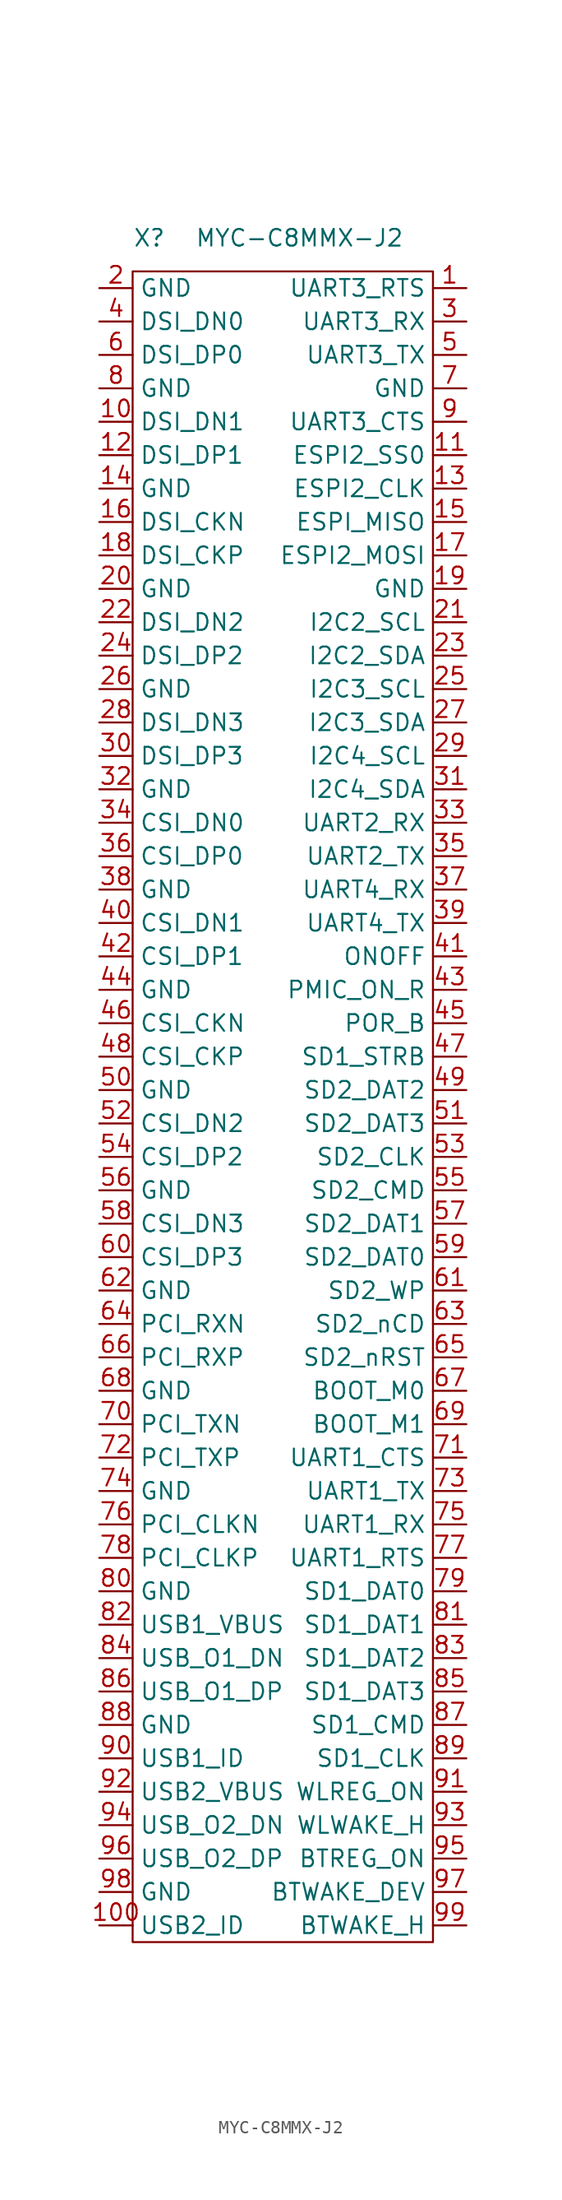
<source format=kicad_sym>
(kicad_symbol_lib
  (version 20211014)
  (generator kicad_symbol_editor)
  (symbol "MYC-C8MMX-J2"
    (property "Reference" "X"
      (at -11.43 2.54 0)
      (effects (font (size 1.27 1.27))))
    (property "Value" "MYC-C8MMX-J2"
      (at 0 2.54 0)
      (effects (font (size 1.27 1.27))))
    (symbol "MYC-C8MMX-J2_1_0"
      (pin unspecified line (at 12.7 -1.27 180) (length 2.54) (name "UART3_RTS" (effects (font (size 1.27 1.27)))) (number "1" (effects (font (size 1.27 1.27)))))
      (pin unspecified line (at -15.24 -11.43 0) (length 2.54) (name "DSI_DN1" (effects (font (size 1.27 1.27)))) (number "10" (effects (font (size 1.27 1.27)))))
      (pin unspecified line (at -15.24 -125.73 0) (length 2.54) (name "USB2_ID" (effects (font (size 1.27 1.27)))) (number "100" (effects (font (size 1.27 1.27)))))
      (pin unspecified line (at 12.7 -13.97 180) (length 2.54) (name "ESPI2_SS0" (effects (font (size 1.27 1.27)))) (number "11" (effects (font (size 1.27 1.27)))))
      (pin unspecified line (at -15.24 -13.97 0) (length 2.54) (name "DSI_DP1" (effects (font (size 1.27 1.27)))) (number "12" (effects (font (size 1.27 1.27)))))
      (pin unspecified line (at 12.7 -16.51 180) (length 2.54) (name "ESPI2_CLK" (effects (font (size 1.27 1.27)))) (number "13" (effects (font (size 1.27 1.27)))))
      (pin unspecified line (at -15.24 -16.51 0) (length 2.54) (name "GND" (effects (font (size 1.27 1.27)))) (number "14" (effects (font (size 1.27 1.27)))))
      (pin unspecified line (at 12.7 -19.05 180) (length 2.54) (name "ESPI_MISO" (effects (font (size 1.27 1.27)))) (number "15" (effects (font (size 1.27 1.27)))))
      (pin unspecified line (at -15.24 -19.05 0) (length 2.54) (name "DSI_CKN" (effects (font (size 1.27 1.27)))) (number "16" (effects (font (size 1.27 1.27)))))
      (pin unspecified line (at 12.7 -21.59 180) (length 2.54) (name "ESPI2_MOSI" (effects (font (size 1.27 1.27)))) (number "17" (effects (font (size 1.27 1.27)))))
      (pin unspecified line (at -15.24 -21.59 0) (length 2.54) (name "DSI_CKP" (effects (font (size 1.27 1.27)))) (number "18" (effects (font (size 1.27 1.27)))))
      (pin unspecified line (at 12.7 -24.13 180) (length 2.54) (name "GND" (effects (font (size 1.27 1.27)))) (number "19" (effects (font (size 1.27 1.27)))))
      (pin unspecified line (at -15.24 -1.27 0) (length 2.54) (name "GND" (effects (font (size 1.27 1.27)))) (number "2" (effects (font (size 1.27 1.27)))))
      (pin unspecified line (at -15.24 -24.13 0) (length 2.54) (name "GND" (effects (font (size 1.27 1.27)))) (number "20" (effects (font (size 1.27 1.27)))))
      (pin unspecified line (at 12.7 -26.67 180) (length 2.54) (name "I2C2_SCL" (effects (font (size 1.27 1.27)))) (number "21" (effects (font (size 1.27 1.27)))))
      (pin unspecified line (at -15.24 -26.67 0) (length 2.54) (name "DSI_DN2" (effects (font (size 1.27 1.27)))) (number "22" (effects (font (size 1.27 1.27)))))
      (pin unspecified line (at 12.7 -29.21 180) (length 2.54) (name "I2C2_SDA" (effects (font (size 1.27 1.27)))) (number "23" (effects (font (size 1.27 1.27)))))
      (pin unspecified line (at -15.24 -29.21 0) (length 2.54) (name "DSI_DP2" (effects (font (size 1.27 1.27)))) (number "24" (effects (font (size 1.27 1.27)))))
      (pin unspecified line (at 12.7 -31.75 180) (length 2.54) (name "I2C3_SCL" (effects (font (size 1.27 1.27)))) (number "25" (effects (font (size 1.27 1.27)))))
      (pin unspecified line (at -15.24 -31.75 0) (length 2.54) (name "GND" (effects (font (size 1.27 1.27)))) (number "26" (effects (font (size 1.27 1.27)))))
      (pin unspecified line (at 12.7 -34.29 180) (length 2.54) (name "I2C3_SDA" (effects (font (size 1.27 1.27)))) (number "27" (effects (font (size 1.27 1.27)))))
      (pin unspecified line (at -15.24 -34.29 0) (length 2.54) (name "DSI_DN3" (effects (font (size 1.27 1.27)))) (number "28" (effects (font (size 1.27 1.27)))))
      (pin unspecified line (at 12.7 -36.83 180) (length 2.54) (name "I2C4_SCL" (effects (font (size 1.27 1.27)))) (number "29" (effects (font (size 1.27 1.27)))))
      (pin unspecified line (at 12.7 -3.81 180) (length 2.54) (name "UART3_RX" (effects (font (size 1.27 1.27)))) (number "3" (effects (font (size 1.27 1.27)))))
      (pin unspecified line (at -15.24 -36.83 0) (length 2.54) (name "DSI_DP3" (effects (font (size 1.27 1.27)))) (number "30" (effects (font (size 1.27 1.27)))))
      (pin unspecified line (at 12.7 -39.37 180) (length 2.54) (name "I2C4_SDA" (effects (font (size 1.27 1.27)))) (number "31" (effects (font (size 1.27 1.27)))))
      (pin unspecified line (at -15.24 -39.37 0) (length 2.54) (name "GND" (effects (font (size 1.27 1.27)))) (number "32" (effects (font (size 1.27 1.27)))))
      (pin unspecified line (at 12.7 -41.91 180) (length 2.54) (name "UART2_RX" (effects (font (size 1.27 1.27)))) (number "33" (effects (font (size 1.27 1.27)))))
      (pin unspecified line (at -15.24 -41.91 0) (length 2.54) (name "CSI_DN0" (effects (font (size 1.27 1.27)))) (number "34" (effects (font (size 1.27 1.27)))))
      (pin unspecified line (at 12.7 -44.45 180) (length 2.54) (name "UART2_TX" (effects (font (size 1.27 1.27)))) (number "35" (effects (font (size 1.27 1.27)))))
      (pin unspecified line (at -15.24 -44.45 0) (length 2.54) (name "CSI_DP0" (effects (font (size 1.27 1.27)))) (number "36" (effects (font (size 1.27 1.27)))))
      (pin unspecified line (at 12.7 -46.99 180) (length 2.54) (name "UART4_RX" (effects (font (size 1.27 1.27)))) (number "37" (effects (font (size 1.27 1.27)))))
      (pin unspecified line (at -15.24 -46.99 0) (length 2.54) (name "GND" (effects (font (size 1.27 1.27)))) (number "38" (effects (font (size 1.27 1.27)))))
      (pin unspecified line (at 12.7 -49.53 180) (length 2.54) (name "UART4_TX" (effects (font (size 1.27 1.27)))) (number "39" (effects (font (size 1.27 1.27)))))
      (pin unspecified line (at -15.24 -3.81 0) (length 2.54) (name "DSI_DN0" (effects (font (size 1.27 1.27)))) (number "4" (effects (font (size 1.27 1.27)))))
      (pin unspecified line (at -15.24 -49.53 0) (length 2.54) (name "CSI_DN1" (effects (font (size 1.27 1.27)))) (number "40" (effects (font (size 1.27 1.27)))))
      (pin unspecified line (at 12.7 -52.07 180) (length 2.54) (name "ONOFF" (effects (font (size 1.27 1.27)))) (number "41" (effects (font (size 1.27 1.27)))))
      (pin unspecified line (at -15.24 -52.07 0) (length 2.54) (name "CSI_DP1" (effects (font (size 1.27 1.27)))) (number "42" (effects (font (size 1.27 1.27)))))
      (pin unspecified line (at 12.7 -54.61 180) (length 2.54) (name "PMIC_ON_R" (effects (font (size 1.27 1.27)))) (number "43" (effects (font (size 1.27 1.27)))))
      (pin unspecified line (at -15.24 -54.61 0) (length 2.54) (name "GND" (effects (font (size 1.27 1.27)))) (number "44" (effects (font (size 1.27 1.27)))))
      (pin unspecified line (at 12.7 -57.15 180) (length 2.54) (name "POR_B" (effects (font (size 1.27 1.27)))) (number "45" (effects (font (size 1.27 1.27)))))
      (pin unspecified line (at -15.24 -57.15 0) (length 2.54) (name "CSI_CKN" (effects (font (size 1.27 1.27)))) (number "46" (effects (font (size 1.27 1.27)))))
      (pin unspecified line (at 12.7 -59.69 180) (length 2.54) (name "SD1_STRB" (effects (font (size 1.27 1.27)))) (number "47" (effects (font (size 1.27 1.27)))))
      (pin unspecified line (at -15.24 -59.69 0) (length 2.54) (name "CSI_CKP" (effects (font (size 1.27 1.27)))) (number "48" (effects (font (size 1.27 1.27)))))
      (pin unspecified line (at 12.7 -62.23 180) (length 2.54) (name "SD2_DAT2" (effects (font (size 1.27 1.27)))) (number "49" (effects (font (size 1.27 1.27)))))
      (pin unspecified line (at 12.7 -6.35 180) (length 2.54) (name "UART3_TX" (effects (font (size 1.27 1.27)))) (number "5" (effects (font (size 1.27 1.27)))))
      (pin unspecified line (at -15.24 -62.23 0) (length 2.54) (name "GND" (effects (font (size 1.27 1.27)))) (number "50" (effects (font (size 1.27 1.27)))))
      (pin unspecified line (at 12.7 -64.77 180) (length 2.54) (name "SD2_DAT3" (effects (font (size 1.27 1.27)))) (number "51" (effects (font (size 1.27 1.27)))))
      (pin unspecified line (at -15.24 -64.77 0) (length 2.54) (name "CSI_DN2" (effects (font (size 1.27 1.27)))) (number "52" (effects (font (size 1.27 1.27)))))
      (pin unspecified line (at 12.7 -67.31 180) (length 2.54) (name "SD2_CLK" (effects (font (size 1.27 1.27)))) (number "53" (effects (font (size 1.27 1.27)))))
      (pin unspecified line (at -15.24 -67.31 0) (length 2.54) (name "CSI_DP2" (effects (font (size 1.27 1.27)))) (number "54" (effects (font (size 1.27 1.27)))))
      (pin unspecified line (at 12.7 -69.85 180) (length 2.54) (name "SD2_CMD" (effects (font (size 1.27 1.27)))) (number "55" (effects (font (size 1.27 1.27)))))
      (pin unspecified line (at -15.24 -69.85 0) (length 2.54) (name "GND" (effects (font (size 1.27 1.27)))) (number "56" (effects (font (size 1.27 1.27)))))
      (pin unspecified line (at 12.7 -72.39 180) (length 2.54) (name "SD2_DAT1" (effects (font (size 1.27 1.27)))) (number "57" (effects (font (size 1.27 1.27)))))
      (pin unspecified line (at -15.24 -72.39 0) (length 2.54) (name "CSI_DN3" (effects (font (size 1.27 1.27)))) (number "58" (effects (font (size 1.27 1.27)))))
      (pin unspecified line (at 12.7 -74.93 180) (length 2.54) (name "SD2_DAT0" (effects (font (size 1.27 1.27)))) (number "59" (effects (font (size 1.27 1.27)))))
      (pin unspecified line (at -15.24 -6.35 0) (length 2.54) (name "DSI_DP0" (effects (font (size 1.27 1.27)))) (number "6" (effects (font (size 1.27 1.27)))))
      (pin unspecified line (at -15.24 -74.93 0) (length 2.54) (name "CSI_DP3" (effects (font (size 1.27 1.27)))) (number "60" (effects (font (size 1.27 1.27)))))
      (pin unspecified line (at 12.7 -77.47 180) (length 2.54) (name "SD2_WP" (effects (font (size 1.27 1.27)))) (number "61" (effects (font (size 1.27 1.27)))))
      (pin unspecified line (at -15.24 -77.47 0) (length 2.54) (name "GND" (effects (font (size 1.27 1.27)))) (number "62" (effects (font (size 1.27 1.27)))))
      (pin unspecified line (at 12.7 -80.01 180) (length 2.54) (name "SD2_nCD" (effects (font (size 1.27 1.27)))) (number "63" (effects (font (size 1.27 1.27)))))
      (pin unspecified line (at -15.24 -80.01 0) (length 2.54) (name "PCI_RXN" (effects (font (size 1.27 1.27)))) (number "64" (effects (font (size 1.27 1.27)))))
      (pin unspecified line (at 12.7 -82.55 180) (length 2.54) (name "SD2_nRST" (effects (font (size 1.27 1.27)))) (number "65" (effects (font (size 1.27 1.27)))))
      (pin unspecified line (at -15.24 -82.55 0) (length 2.54) (name "PCI_RXP" (effects (font (size 1.27 1.27)))) (number "66" (effects (font (size 1.27 1.27)))))
      (pin unspecified line (at 12.7 -85.09 180) (length 2.54) (name "BOOT_M0" (effects (font (size 1.27 1.27)))) (number "67" (effects (font (size 1.27 1.27)))))
      (pin unspecified line (at -15.24 -85.09 0) (length 2.54) (name "GND" (effects (font (size 1.27 1.27)))) (number "68" (effects (font (size 1.27 1.27)))))
      (pin unspecified line (at 12.7 -87.63 180) (length 2.54) (name "BOOT_M1" (effects (font (size 1.27 1.27)))) (number "69" (effects (font (size 1.27 1.27)))))
      (pin unspecified line (at 12.7 -8.89 180) (length 2.54) (name "GND" (effects (font (size 1.27 1.27)))) (number "7" (effects (font (size 1.27 1.27)))))
      (pin unspecified line (at -15.24 -87.63 0) (length 2.54) (name "PCI_TXN" (effects (font (size 1.27 1.27)))) (number "70" (effects (font (size 1.27 1.27)))))
      (pin unspecified line (at 12.7 -90.17 180) (length 2.54) (name "UART1_CTS" (effects (font (size 1.27 1.27)))) (number "71" (effects (font (size 1.27 1.27)))))
      (pin unspecified line (at -15.24 -90.17 0) (length 2.54) (name "PCI_TXP" (effects (font (size 1.27 1.27)))) (number "72" (effects (font (size 1.27 1.27)))))
      (pin unspecified line (at 12.7 -92.71 180) (length 2.54) (name "UART1_TX" (effects (font (size 1.27 1.27)))) (number "73" (effects (font (size 1.27 1.27)))))
      (pin unspecified line (at -15.24 -92.71 0) (length 2.54) (name "GND" (effects (font (size 1.27 1.27)))) (number "74" (effects (font (size 1.27 1.27)))))
      (pin unspecified line (at 12.7 -95.25 180) (length 2.54) (name "UART1_RX" (effects (font (size 1.27 1.27)))) (number "75" (effects (font (size 1.27 1.27)))))
      (pin unspecified line (at -15.24 -95.25 0) (length 2.54) (name "PCI_CLKN" (effects (font (size 1.27 1.27)))) (number "76" (effects (font (size 1.27 1.27)))))
      (pin unspecified line (at 12.7 -97.79 180) (length 2.54) (name "UART1_RTS" (effects (font (size 1.27 1.27)))) (number "77" (effects (font (size 1.27 1.27)))))
      (pin unspecified line (at -15.24 -97.79 0) (length 2.54) (name "PCI_CLKP" (effects (font (size 1.27 1.27)))) (number "78" (effects (font (size 1.27 1.27)))))
      (pin unspecified line (at 12.7 -100.33 180) (length 2.54) (name "SD1_DAT0" (effects (font (size 1.27 1.27)))) (number "79" (effects (font (size 1.27 1.27)))))
      (pin unspecified line (at -15.24 -8.89 0) (length 2.54) (name "GND" (effects (font (size 1.27 1.27)))) (number "8" (effects (font (size 1.27 1.27)))))
      (pin unspecified line (at -15.24 -100.33 0) (length 2.54) (name "GND" (effects (font (size 1.27 1.27)))) (number "80" (effects (font (size 1.27 1.27)))))
      (pin unspecified line (at 12.7 -102.87 180) (length 2.54) (name "SD1_DAT1" (effects (font (size 1.27 1.27)))) (number "81" (effects (font (size 1.27 1.27)))))
      (pin unspecified line (at -15.24 -102.87 0) (length 2.54) (name "USB1_VBUS" (effects (font (size 1.27 1.27)))) (number "82" (effects (font (size 1.27 1.27)))))
      (pin unspecified line (at 12.7 -105.41 180) (length 2.54) (name "SD1_DAT2" (effects (font (size 1.27 1.27)))) (number "83" (effects (font (size 1.27 1.27)))))
      (pin unspecified line (at -15.24 -105.41 0) (length 2.54) (name "USB_O1_DN" (effects (font (size 1.27 1.27)))) (number "84" (effects (font (size 1.27 1.27)))))
      (pin unspecified line (at 12.7 -107.95 180) (length 2.54) (name "SD1_DAT3" (effects (font (size 1.27 1.27)))) (number "85" (effects (font (size 1.27 1.27)))))
      (pin unspecified line (at -15.24 -107.95 0) (length 2.54) (name "USB_O1_DP" (effects (font (size 1.27 1.27)))) (number "86" (effects (font (size 1.27 1.27)))))
      (pin unspecified line (at 12.7 -110.49 180) (length 2.54) (name "SD1_CMD" (effects (font (size 1.27 1.27)))) (number "87" (effects (font (size 1.27 1.27)))))
      (pin unspecified line (at -15.24 -110.49 0) (length 2.54) (name "GND" (effects (font (size 1.27 1.27)))) (number "88" (effects (font (size 1.27 1.27)))))
      (pin unspecified line (at 12.7 -113.03 180) (length 2.54) (name "SD1_CLK" (effects (font (size 1.27 1.27)))) (number "89" (effects (font (size 1.27 1.27)))))
      (pin unspecified line (at 12.7 -11.43 180) (length 2.54) (name "UART3_CTS" (effects (font (size 1.27 1.27)))) (number "9" (effects (font (size 1.27 1.27)))))
      (pin unspecified line (at -15.24 -113.03 0) (length 2.54) (name "USB1_ID" (effects (font (size 1.27 1.27)))) (number "90" (effects (font (size 1.27 1.27)))))
      (pin unspecified line (at 12.7 -115.57 180) (length 2.54) (name "WLREG_ON" (effects (font (size 1.27 1.27)))) (number "91" (effects (font (size 1.27 1.27)))))
      (pin unspecified line (at -15.24 -115.57 0) (length 2.54) (name "USB2_VBUS" (effects (font (size 1.27 1.27)))) (number "92" (effects (font (size 1.27 1.27)))))
      (pin unspecified line (at 12.7 -118.11 180) (length 2.54) (name "WLWAKE_H" (effects (font (size 1.27 1.27)))) (number "93" (effects (font (size 1.27 1.27)))))
      (pin unspecified line (at -15.24 -118.11 0) (length 2.54) (name "USB_O2_DN" (effects (font (size 1.27 1.27)))) (number "94" (effects (font (size 1.27 1.27)))))
      (pin unspecified line (at 12.7 -120.65 180) (length 2.54) (name "BTREG_ON" (effects (font (size 1.27 1.27)))) (number "95" (effects (font (size 1.27 1.27)))))
      (pin unspecified line (at -15.24 -120.65 0) (length 2.54) (name "USB_O2_DP" (effects (font (size 1.27 1.27)))) (number "96" (effects (font (size 1.27 1.27)))))
      (pin unspecified line (at 12.7 -123.19 180) (length 2.54) (name "BTWAKE_DEV" (effects (font (size 1.27 1.27)))) (number "97" (effects (font (size 1.27 1.27)))))
      (pin unspecified line (at -15.24 -123.19 0) (length 2.54) (name "GND" (effects (font (size 1.27 1.27)))) (number "98" (effects (font (size 1.27 1.27)))))
      (pin unspecified line (at 12.7 -125.73 180) (length 2.54) (name "BTWAKE_H" (effects (font (size 1.27 1.27)))) (number "99" (effects (font (size 1.27 1.27))))))
    (symbol "MYC-C8MMX-J2_1_1"
      (rectangle (start -12.7 0) (end 10.16 -127) (stroke (width 0.152) (type default) (color 0 0 0 0)) (fill (type none))))))
</source>
